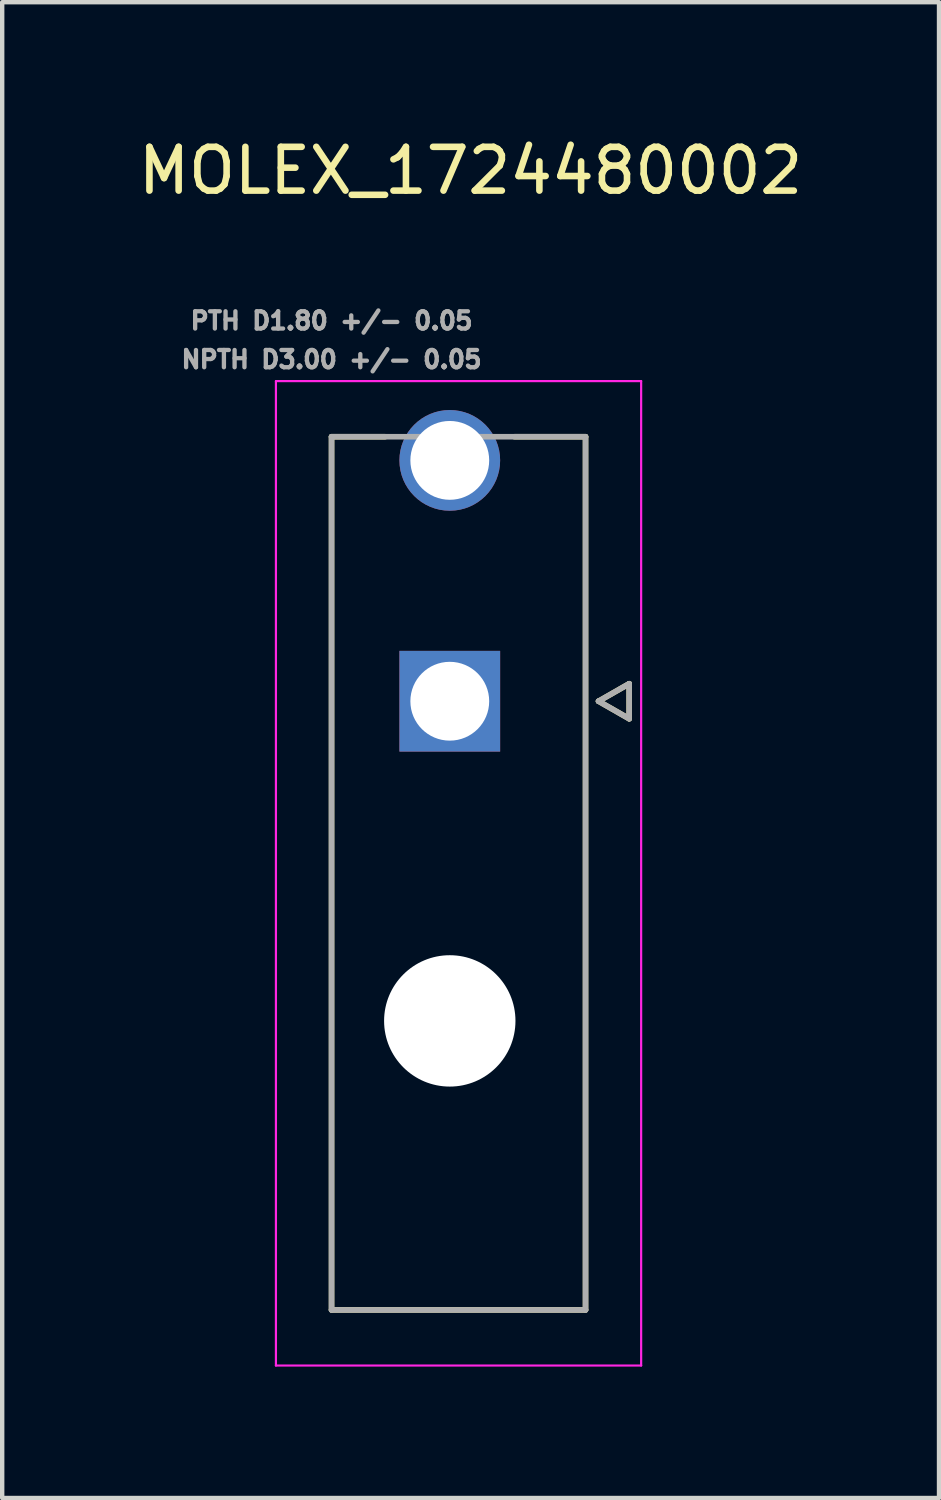
<source format=kicad_pcb>
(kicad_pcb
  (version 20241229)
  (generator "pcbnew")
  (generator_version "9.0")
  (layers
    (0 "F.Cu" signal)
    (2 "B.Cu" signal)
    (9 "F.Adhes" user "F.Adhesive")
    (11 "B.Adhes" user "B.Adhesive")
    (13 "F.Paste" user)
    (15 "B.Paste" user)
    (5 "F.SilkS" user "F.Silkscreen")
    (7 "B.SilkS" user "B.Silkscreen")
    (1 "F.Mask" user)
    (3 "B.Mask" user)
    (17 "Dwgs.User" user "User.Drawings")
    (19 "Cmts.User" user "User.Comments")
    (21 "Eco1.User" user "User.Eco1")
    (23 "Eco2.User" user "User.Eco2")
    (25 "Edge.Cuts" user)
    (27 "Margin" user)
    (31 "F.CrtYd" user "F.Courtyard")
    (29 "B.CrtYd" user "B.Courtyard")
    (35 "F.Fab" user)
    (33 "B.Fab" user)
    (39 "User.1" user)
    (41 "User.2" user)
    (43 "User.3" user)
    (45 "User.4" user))
  (footprint "MOLEX_1724480002"
    (layer "F.Cu")
    (at 7.221 12.963)
    (property "Reference" "MOLEX_1724480002" (at 0.475 -12.115 0) (layer "F.SilkS") (effects (font (size 1 1) (thickness 0.15))))
    (attr through_hole)
    (fp_circle (center 0 -5.5) (end 0.613 -5.5) (stroke (width 1.226) (type solid)) (fill no) (layer "F.Mask"))
    (fp_circle (center 0 7.3) (end 0.788 7.3) (stroke (width 1.576) (type solid)) (fill no) (layer "F.Mask"))
    (fp_poly (pts (xy -1.226 -1.226) (xy 1.226 -1.226) (xy 1.226 1.226) (xy -1.226 1.226)) (stroke (width 0.01) (type solid)) (fill yes) (layer "F.Mask"))
    (fp_circle (center 0 -5.5) (end 0.613 -5.5) (stroke (width 1.226) (type solid)) (fill no) (layer "B.Mask"))
    (fp_circle (center 0 7.3) (end 0.788 7.3) (stroke (width 1.576) (type solid)) (fill no) (layer "B.Mask"))
    (fp_poly (pts (xy -1.226 -1.226) (xy 1.226 -1.226) (xy 1.226 1.226) (xy -1.226 1.226)) (stroke (width 0.01) (type solid)) (fill yes) (layer "B.Mask"))
    (fp_line (start -2.7 -6.04) (end -1.476 -6.04) (stroke (width 0.127) (type solid)) (layer "F.SilkS"))
    (fp_line (start -2.7 13.9) (end -2.7 -6.04) (stroke (width 0.127) (type solid)) (layer "F.SilkS"))
    (fp_line (start 3.1 -6.04) (end 1.476 -6.04) (stroke (width 0.127) (type solid)) (layer "F.SilkS"))
    (fp_line (start 3.1 -6.04) (end 3.1 13.9) (stroke (width 0.127) (type solid)) (layer "F.SilkS"))
    (fp_line (start 3.1 13.9) (end -2.7 13.9) (stroke (width 0.127) (type solid)) (layer "F.SilkS"))
    (fp_line (start 3.397 0) (end 4.097 0.4) (stroke (width 0.127) (type solid)) (layer "F.SilkS"))
    (fp_line (start 4.097 -0.4) (end 3.397 0) (stroke (width 0.127) (type solid)) (layer "F.SilkS"))
    (fp_line (start 4.097 0.4) (end 4.097 -0.4) (stroke (width 0.127) (type solid)) (layer "F.SilkS"))
    (fp_line (start -3.97 -7.31) (end 4.37 -7.31) (stroke (width 0.05) (type solid)) (layer "F.CrtYd"))
    (fp_line (start -3.97 15.17) (end -3.97 -7.31) (stroke (width 0.05) (type solid)) (layer "F.CrtYd"))
    (fp_line (start 4.37 -7.31) (end 4.37 15.17) (stroke (width 0.05) (type solid)) (layer "F.CrtYd"))
    (fp_line (start 4.37 15.17) (end -3.97 15.17) (stroke (width 0.05) (type solid)) (layer "F.CrtYd"))
    (fp_line (start -2.7 -6.04) (end 3.1 -6.04) (stroke (width 0.127) (type solid)) (layer "F.Fab"))
    (fp_line (start -2.7 13.9) (end -2.7 -6.04) (stroke (width 0.127) (type solid)) (layer "F.Fab"))
    (fp_line (start 3.1 -6.04) (end 3.1 13.9) (stroke (width 0.127) (type solid)) (layer "F.Fab"))
    (fp_line (start 3.1 13.9) (end -2.7 13.9) (stroke (width 0.127) (type solid)) (layer "F.Fab"))
    (fp_line (start 3.397 0) (end 4.097 0.4) (stroke (width 0.127) (type solid)) (layer "F.Fab"))
    (fp_line (start 4.097 -0.4) (end 3.397 0) (stroke (width 0.127) (type solid)) (layer "F.Fab"))
    (fp_line (start 4.097 0.4) (end 4.097 -0.4) (stroke (width 0.127) (type solid)) (layer "F.Fab"))
    (fp_text user "PTH D1.80 +/- 0.05" (at -2.7 -8.688 0) (layer "F.Fab") (effects (font (size 0.394 0.394) (thickness 0.15))))
    (fp_text user "NPTH D3.00 +/- 0.05" (at -2.7 -7.804 0) (layer "F.Fab") (effects (font (size 0.394 0.394) (thickness 0.15))))
    (pad "" np_thru_hole circle (at 0 7.3) (size 3 3) (drill 3) (layers "*.Cu" "*.Mask"))
    (pad "1" thru_hole rect (at 0 0) (size 2.3 2.3) (drill 1.8) (layers "*.Cu"))
    (pad "2" thru_hole circle (at 0 -5.5) (size 2.3 2.3) (drill 1.8) (layers "*.Cu")))
  (gr_rect
    (start -3 -3)
    (end 18.393 31.158)
    (stroke (width 0.1) (type default))
    (fill no)
    (layer "Edge.Cuts")))
</source>
